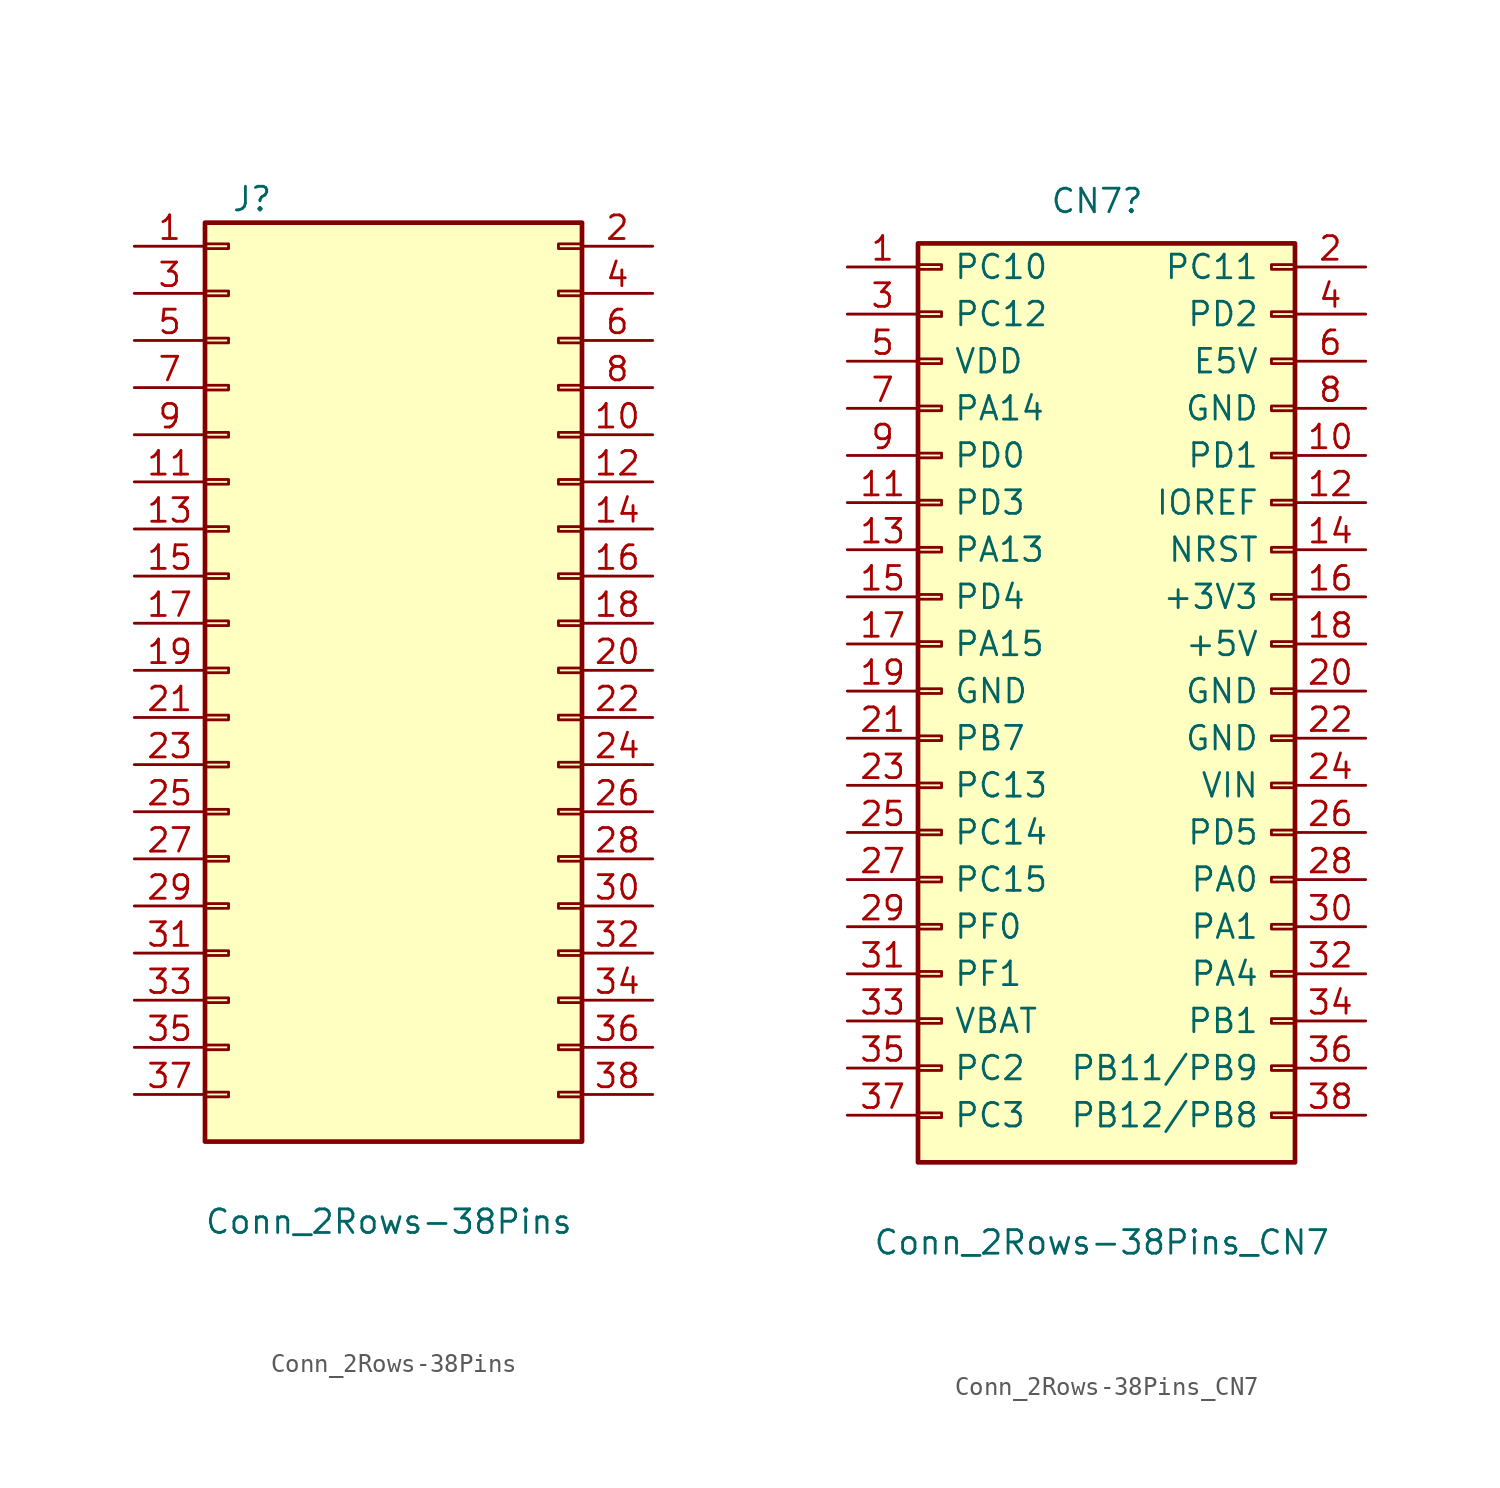
<source format=kicad_sym>
(kicad_symbol_lib
  (version 20231120)
  (generator "kicad_symbol_editor")
  (generator_version "8.0")
  (symbol "Conn_2Rows-38Pins"
    (pin_names
      (offset 1.016) hide)
    (property "Reference" "J"
      (at 1.27 25.4 0)
      (effects (font (size 1.27 1.27))))
    (property "Value" "Conn_2Rows-38Pins"
      (at 8.636 -29.718 0)
      (effects (font (size 1.27 1.27))))
    (symbol "Conn_2Rows-38Pins_1_1"
      (rectangle (start -1.27 -22.733) (end 0 -22.987) (stroke (width 0.152) (type default)) (fill (type none)))
      (rectangle (start -1.27 -20.193) (end 0 -20.447) (stroke (width 0.152) (type default)) (fill (type none)))
      (rectangle (start -1.27 -17.653) (end 0 -17.907) (stroke (width 0.152) (type default)) (fill (type none)))
      (rectangle (start -1.27 -15.113) (end 0 -15.367) (stroke (width 0.152) (type default)) (fill (type none)))
      (rectangle (start -1.27 -12.573) (end 0 -12.827) (stroke (width 0.152) (type default)) (fill (type none)))
      (rectangle (start -1.27 -10.033) (end 0 -10.287) (stroke (width 0.152) (type default)) (fill (type none)))
      (rectangle (start -1.27 -7.493) (end 0 -7.747) (stroke (width 0.152) (type default)) (fill (type none)))
      (rectangle (start -1.27 -4.953) (end 0 -5.207) (stroke (width 0.152) (type default)) (fill (type none)))
      (rectangle (start -1.27 -2.413) (end 0 -2.667) (stroke (width 0.152) (type default)) (fill (type none)))
      (rectangle (start -1.27 0.127) (end 0 -0.127) (stroke (width 0.152) (type default)) (fill (type none)))
      (rectangle (start -1.27 2.667) (end 0 2.413) (stroke (width 0.152) (type default)) (fill (type none)))
      (rectangle (start -1.27 5.207) (end 0 4.953) (stroke (width 0.152) (type default)) (fill (type none)))
      (rectangle (start -1.27 7.747) (end 0 7.493) (stroke (width 0.152) (type default)) (fill (type none)))
      (rectangle (start -1.27 10.287) (end 0 10.033) (stroke (width 0.152) (type default)) (fill (type none)))
      (rectangle (start -1.27 12.827) (end 0 12.573) (stroke (width 0.152) (type default)) (fill (type none)))
      (rectangle (start -1.27 15.367) (end 0 15.113) (stroke (width 0.152) (type default)) (fill (type none)))
      (rectangle (start -1.27 17.907) (end 0 17.653) (stroke (width 0.152) (type default)) (fill (type none)))
      (rectangle (start -1.27 20.447) (end 0 20.193) (stroke (width 0.152) (type default)) (fill (type none)))
      (rectangle (start -1.27 22.987) (end 0 22.733) (stroke (width 0.152) (type default)) (fill (type none)))
      (rectangle (start -1.27 24.13) (end 19.05 -25.4) (stroke (width 0.254) (type default)) (fill (type background)))
      (rectangle (start 19.05 -22.733) (end 17.78 -22.987) (stroke (width 0.152) (type default)) (fill (type none)))
      (rectangle (start 19.05 -20.193) (end 17.78 -20.447) (stroke (width 0.152) (type default)) (fill (type none)))
      (rectangle (start 19.05 -17.653) (end 17.78 -17.907) (stroke (width 0.152) (type default)) (fill (type none)))
      (rectangle (start 19.05 -15.113) (end 17.78 -15.367) (stroke (width 0.152) (type default)) (fill (type none)))
      (rectangle (start 19.05 -12.573) (end 17.78 -12.827) (stroke (width 0.152) (type default)) (fill (type none)))
      (rectangle (start 19.05 -10.033) (end 17.78 -10.287) (stroke (width 0.152) (type default)) (fill (type none)))
      (rectangle (start 19.05 -7.493) (end 17.78 -7.747) (stroke (width 0.152) (type default)) (fill (type none)))
      (rectangle (start 19.05 -4.953) (end 17.78 -5.207) (stroke (width 0.152) (type default)) (fill (type none)))
      (rectangle (start 19.05 -2.413) (end 17.78 -2.667) (stroke (width 0.152) (type default)) (fill (type none)))
      (rectangle (start 19.05 0.127) (end 17.78 -0.127) (stroke (width 0.152) (type default)) (fill (type none)))
      (rectangle (start 19.05 2.667) (end 17.78 2.413) (stroke (width 0.152) (type default)) (fill (type none)))
      (rectangle (start 19.05 5.207) (end 17.78 4.953) (stroke (width 0.152) (type default)) (fill (type none)))
      (rectangle (start 19.05 7.747) (end 17.78 7.493) (stroke (width 0.152) (type default)) (fill (type none)))
      (rectangle (start 19.05 10.287) (end 17.78 10.033) (stroke (width 0.152) (type default)) (fill (type none)))
      (rectangle (start 19.05 12.827) (end 17.78 12.573) (stroke (width 0.152) (type default)) (fill (type none)))
      (rectangle (start 19.05 15.367) (end 17.78 15.113) (stroke (width 0.152) (type default)) (fill (type none)))
      (rectangle (start 19.05 17.907) (end 17.78 17.653) (stroke (width 0.152) (type default)) (fill (type none)))
      (rectangle (start 19.05 20.447) (end 17.78 20.193) (stroke (width 0.152) (type default)) (fill (type none)))
      (rectangle (start 19.05 22.987) (end 17.78 22.733) (stroke (width 0.152) (type default)) (fill (type none)))
      (pin passive line (at -5.08 22.86 0) (length 3.81) (name "Pin_1" (effects (font (size 1.27 1.27)))) (number "1" (effects (font (size 1.27 1.27)))))
      (pin passive line (at 22.86 12.7 180) (length 3.81) (name "Pin_10" (effects (font (size 1.27 1.27)))) (number "10" (effects (font (size 1.27 1.27)))))
      (pin passive line (at -5.08 10.16 0) (length 3.81) (name "Pin_11" (effects (font (size 1.27 1.27)))) (number "11" (effects (font (size 1.27 1.27)))))
      (pin passive line (at 22.86 10.16 180) (length 3.81) (name "Pin_12" (effects (font (size 1.27 1.27)))) (number "12" (effects (font (size 1.27 1.27)))))
      (pin passive line (at -5.08 7.62 0) (length 3.81) (name "Pin_13" (effects (font (size 1.27 1.27)))) (number "13" (effects (font (size 1.27 1.27)))))
      (pin passive line (at 22.86 7.62 180) (length 3.81) (name "Pin_14" (effects (font (size 1.27 1.27)))) (number "14" (effects (font (size 1.27 1.27)))))
      (pin passive line (at -5.08 5.08 0) (length 3.81) (name "Pin_15" (effects (font (size 1.27 1.27)))) (number "15" (effects (font (size 1.27 1.27)))))
      (pin passive line (at 22.86 5.08 180) (length 3.81) (name "Pin_16" (effects (font (size 1.27 1.27)))) (number "16" (effects (font (size 1.27 1.27)))))
      (pin passive line (at -5.08 2.54 0) (length 3.81) (name "Pin_17" (effects (font (size 1.27 1.27)))) (number "17" (effects (font (size 1.27 1.27)))))
      (pin passive line (at 22.86 2.54 180) (length 3.81) (name "Pin_18" (effects (font (size 1.27 1.27)))) (number "18" (effects (font (size 1.27 1.27)))))
      (pin passive line (at -5.08 0 0) (length 3.81) (name "Pin_19" (effects (font (size 1.27 1.27)))) (number "19" (effects (font (size 1.27 1.27)))))
      (pin passive line (at 22.86 22.86 180) (length 3.81) (name "Pin_2" (effects (font (size 1.27 1.27)))) (number "2" (effects (font (size 1.27 1.27)))))
      (pin passive line (at 22.86 0 180) (length 3.81) (name "Pin_20" (effects (font (size 1.27 1.27)))) (number "20" (effects (font (size 1.27 1.27)))))
      (pin passive line (at -5.08 -2.54 0) (length 3.81) (name "Pin_21" (effects (font (size 1.27 1.27)))) (number "21" (effects (font (size 1.27 1.27)))))
      (pin passive line (at 22.86 -2.54 180) (length 3.81) (name "Pin_22" (effects (font (size 1.27 1.27)))) (number "22" (effects (font (size 1.27 1.27)))))
      (pin passive line (at -5.08 -5.08 0) (length 3.81) (name "Pin_23" (effects (font (size 1.27 1.27)))) (number "23" (effects (font (size 1.27 1.27)))))
      (pin passive line (at 22.86 -5.08 180) (length 3.81) (name "Pin_24" (effects (font (size 1.27 1.27)))) (number "24" (effects (font (size 1.27 1.27)))))
      (pin passive line (at -5.08 -7.62 0) (length 3.81) (name "Pin_25" (effects (font (size 1.27 1.27)))) (number "25" (effects (font (size 1.27 1.27)))))
      (pin passive line (at 22.86 -7.62 180) (length 3.81) (name "Pin_26" (effects (font (size 1.27 1.27)))) (number "26" (effects (font (size 1.27 1.27)))))
      (pin passive line (at -5.08 -10.16 0) (length 3.81) (name "Pin_27" (effects (font (size 1.27 1.27)))) (number "27" (effects (font (size 1.27 1.27)))))
      (pin passive line (at 22.86 -10.16 180) (length 3.81) (name "Pin_28" (effects (font (size 1.27 1.27)))) (number "28" (effects (font (size 1.27 1.27)))))
      (pin passive line (at -5.08 -12.7 0) (length 3.81) (name "Pin_29" (effects (font (size 1.27 1.27)))) (number "29" (effects (font (size 1.27 1.27)))))
      (pin passive line (at -5.08 20.32 0) (length 3.81) (name "Pin_3" (effects (font (size 1.27 1.27)))) (number "3" (effects (font (size 1.27 1.27)))))
      (pin passive line (at 22.86 -12.7 180) (length 3.81) (name "Pin_30" (effects (font (size 1.27 1.27)))) (number "30" (effects (font (size 1.27 1.27)))))
      (pin passive line (at -5.08 -15.24 0) (length 3.81) (name "Pin_31" (effects (font (size 1.27 1.27)))) (number "31" (effects (font (size 1.27 1.27)))))
      (pin passive line (at 22.86 -15.24 180) (length 3.81) (name "Pin_32" (effects (font (size 1.27 1.27)))) (number "32" (effects (font (size 1.27 1.27)))))
      (pin passive line (at -5.08 -17.78 0) (length 3.81) (name "Pin_33" (effects (font (size 1.27 1.27)))) (number "33" (effects (font (size 1.27 1.27)))))
      (pin passive line (at 22.86 -17.78 180) (length 3.81) (name "Pin_34" (effects (font (size 1.27 1.27)))) (number "34" (effects (font (size 1.27 1.27)))))
      (pin passive line (at -5.08 -20.32 0) (length 3.81) (name "Pin_35" (effects (font (size 1.27 1.27)))) (number "35" (effects (font (size 1.27 1.27)))))
      (pin passive line (at 22.86 -20.32 180) (length 3.81) (name "Pin_36" (effects (font (size 1.27 1.27)))) (number "36" (effects (font (size 1.27 1.27)))))
      (pin passive line (at -5.08 -22.86 0) (length 3.81) (name "Pin_37" (effects (font (size 1.27 1.27)))) (number "37" (effects (font (size 1.27 1.27)))))
      (pin passive line (at 22.86 -22.86 180) (length 3.81) (name "Pin_38" (effects (font (size 1.27 1.27)))) (number "38" (effects (font (size 1.27 1.27)))))
      (pin passive line (at 22.86 20.32 180) (length 3.81) (name "Pin_4" (effects (font (size 1.27 1.27)))) (number "4" (effects (font (size 1.27 1.27)))))
      (pin passive line (at -5.08 17.78 0) (length 3.81) (name "Pin_5" (effects (font (size 1.27 1.27)))) (number "5" (effects (font (size 1.27 1.27)))))
      (pin passive line (at 22.86 17.78 180) (length 3.81) (name "Pin_6" (effects (font (size 1.27 1.27)))) (number "6" (effects (font (size 1.27 1.27)))))
      (pin passive line (at -5.08 15.24 0) (length 3.81) (name "Pin_7" (effects (font (size 1.27 1.27)))) (number "7" (effects (font (size 1.27 1.27)))))
      (pin passive line (at 22.86 15.24 180) (length 3.81) (name "Pin_8" (effects (font (size 1.27 1.27)))) (number "8" (effects (font (size 1.27 1.27)))))
      (pin passive line (at -5.08 12.7 0) (length 3.81) (name "Pin_9" (effects (font (size 1.27 1.27)))) (number "9" (effects (font (size 1.27 1.27)))))))
  (symbol "Conn_2Rows-38Pins_CN7"
    (pin_names
      (offset 1.905))
    (property "Reference" "CN7"
      (at 8.382 26.416 0)
      (effects (font (size 1.27 1.27))))
    (property "Value" "Conn_2Rows-38Pins_CN7"
      (at 8.636 -29.718 0)
      (effects (font (size 1.27 1.27))))
    (symbol "Conn_2Rows-38Pins_CN7_1_1"
      (rectangle (start -1.27 -22.733) (end 0 -22.987) (stroke (width 0.152) (type default)) (fill (type none)))
      (rectangle (start -1.27 -20.193) (end 0 -20.447) (stroke (width 0.152) (type default)) (fill (type none)))
      (rectangle (start -1.27 -17.653) (end 0 -17.907) (stroke (width 0.152) (type default)) (fill (type none)))
      (rectangle (start -1.27 -15.113) (end 0 -15.367) (stroke (width 0.152) (type default)) (fill (type none)))
      (rectangle (start -1.27 -12.573) (end 0 -12.827) (stroke (width 0.152) (type default)) (fill (type none)))
      (rectangle (start -1.27 -10.033) (end 0 -10.287) (stroke (width 0.152) (type default)) (fill (type none)))
      (rectangle (start -1.27 -7.493) (end 0 -7.747) (stroke (width 0.152) (type default)) (fill (type none)))
      (rectangle (start -1.27 -4.953) (end 0 -5.207) (stroke (width 0.152) (type default)) (fill (type none)))
      (rectangle (start -1.27 -2.413) (end 0 -2.667) (stroke (width 0.152) (type default)) (fill (type none)))
      (rectangle (start -1.27 0.127) (end 0 -0.127) (stroke (width 0.152) (type default)) (fill (type none)))
      (rectangle (start -1.27 2.667) (end 0 2.413) (stroke (width 0.152) (type default)) (fill (type none)))
      (rectangle (start -1.27 5.207) (end 0 4.953) (stroke (width 0.152) (type default)) (fill (type none)))
      (rectangle (start -1.27 7.747) (end 0 7.493) (stroke (width 0.152) (type default)) (fill (type none)))
      (rectangle (start -1.27 10.287) (end 0 10.033) (stroke (width 0.152) (type default)) (fill (type none)))
      (rectangle (start -1.27 12.827) (end 0 12.573) (stroke (width 0.152) (type default)) (fill (type none)))
      (rectangle (start -1.27 15.367) (end 0 15.113) (stroke (width 0.152) (type default)) (fill (type none)))
      (rectangle (start -1.27 17.907) (end 0 17.653) (stroke (width 0.152) (type default)) (fill (type none)))
      (rectangle (start -1.27 20.447) (end 0 20.193) (stroke (width 0.152) (type default)) (fill (type none)))
      (rectangle (start -1.27 22.987) (end 0 22.733) (stroke (width 0.152) (type default)) (fill (type none)))
      (rectangle (start -1.27 24.13) (end 19.05 -25.4) (stroke (width 0.254) (type default)) (fill (type background)))
      (rectangle (start 19.05 -22.733) (end 17.78 -22.987) (stroke (width 0.152) (type default)) (fill (type none)))
      (rectangle (start 19.05 -20.193) (end 17.78 -20.447) (stroke (width 0.152) (type default)) (fill (type none)))
      (rectangle (start 19.05 -17.653) (end 17.78 -17.907) (stroke (width 0.152) (type default)) (fill (type none)))
      (rectangle (start 19.05 -15.113) (end 17.78 -15.367) (stroke (width 0.152) (type default)) (fill (type none)))
      (rectangle (start 19.05 -12.573) (end 17.78 -12.827) (stroke (width 0.152) (type default)) (fill (type none)))
      (rectangle (start 19.05 -10.033) (end 17.78 -10.287) (stroke (width 0.152) (type default)) (fill (type none)))
      (rectangle (start 19.05 -7.493) (end 17.78 -7.747) (stroke (width 0.152) (type default)) (fill (type none)))
      (rectangle (start 19.05 -4.953) (end 17.78 -5.207) (stroke (width 0.152) (type default)) (fill (type none)))
      (rectangle (start 19.05 -2.413) (end 17.78 -2.667) (stroke (width 0.152) (type default)) (fill (type none)))
      (rectangle (start 19.05 0.127) (end 17.78 -0.127) (stroke (width 0.152) (type default)) (fill (type none)))
      (rectangle (start 19.05 2.667) (end 17.78 2.413) (stroke (width 0.152) (type default)) (fill (type none)))
      (rectangle (start 19.05 5.207) (end 17.78 4.953) (stroke (width 0.152) (type default)) (fill (type none)))
      (rectangle (start 19.05 7.747) (end 17.78 7.493) (stroke (width 0.152) (type default)) (fill (type none)))
      (rectangle (start 19.05 10.287) (end 17.78 10.033) (stroke (width 0.152) (type default)) (fill (type none)))
      (rectangle (start 19.05 12.827) (end 17.78 12.573) (stroke (width 0.152) (type default)) (fill (type none)))
      (rectangle (start 19.05 15.367) (end 17.78 15.113) (stroke (width 0.152) (type default)) (fill (type none)))
      (rectangle (start 19.05 17.907) (end 17.78 17.653) (stroke (width 0.152) (type default)) (fill (type none)))
      (rectangle (start 19.05 20.447) (end 17.78 20.193) (stroke (width 0.152) (type default)) (fill (type none)))
      (rectangle (start 19.05 22.987) (end 17.78 22.733) (stroke (width 0.152) (type default)) (fill (type none)))
      (pin passive line (at -5.08 22.86 0) (length 3.81) (name "PC10" (effects (font (size 1.27 1.27)))) (number "1" (effects (font (size 1.27 1.27)))))
      (pin passive line (at 22.86 12.7 180) (length 3.81) (name "PD1" (effects (font (size 1.27 1.27)))) (number "10" (effects (font (size 1.27 1.27)))))
      (pin passive line (at -5.08 10.16 0) (length 3.81) (name "PD3" (effects (font (size 1.27 1.27)))) (number "11" (effects (font (size 1.27 1.27)))))
      (pin passive line (at 22.86 10.16 180) (length 3.81) (name "IOREF" (effects (font (size 1.27 1.27)))) (number "12" (effects (font (size 1.27 1.27)))))
      (pin passive line (at -5.08 7.62 0) (length 3.81) (name "PA13" (effects (font (size 1.27 1.27)))) (number "13" (effects (font (size 1.27 1.27)))))
      (pin passive line (at 22.86 7.62 180) (length 3.81) (name "NRST" (effects (font (size 1.27 1.27)))) (number "14" (effects (font (size 1.27 1.27)))))
      (pin passive line (at -5.08 5.08 0) (length 3.81) (name "PD4" (effects (font (size 1.27 1.27)))) (number "15" (effects (font (size 1.27 1.27)))))
      (pin passive line (at 22.86 5.08 180) (length 3.81) (name "+3V3" (effects (font (size 1.27 1.27)))) (number "16" (effects (font (size 1.27 1.27)))))
      (pin passive line (at -5.08 2.54 0) (length 3.81) (name "PA15" (effects (font (size 1.27 1.27)))) (number "17" (effects (font (size 1.27 1.27)))))
      (pin passive line (at 22.86 2.54 180) (length 3.81) (name "+5V" (effects (font (size 1.27 1.27)))) (number "18" (effects (font (size 1.27 1.27)))))
      (pin passive line (at -5.08 0 0) (length 3.81) (name "GND" (effects (font (size 1.27 1.27)))) (number "19" (effects (font (size 1.27 1.27)))))
      (pin passive line (at 22.86 22.86 180) (length 3.81) (name "PC11" (effects (font (size 1.27 1.27)))) (number "2" (effects (font (size 1.27 1.27)))))
      (pin passive line (at 22.86 0 180) (length 3.81) (name "GND" (effects (font (size 1.27 1.27)))) (number "20" (effects (font (size 1.27 1.27)))))
      (pin passive line (at -5.08 -2.54 0) (length 3.81) (name "PB7" (effects (font (size 1.27 1.27)))) (number "21" (effects (font (size 1.27 1.27)))))
      (pin passive line (at 22.86 -2.54 180) (length 3.81) (name "GND" (effects (font (size 1.27 1.27)))) (number "22" (effects (font (size 1.27 1.27)))))
      (pin passive line (at -5.08 -5.08 0) (length 3.81) (name "PC13" (effects (font (size 1.27 1.27)))) (number "23" (effects (font (size 1.27 1.27)))))
      (pin passive line (at 22.86 -5.08 180) (length 3.81) (name "VIN" (effects (font (size 1.27 1.27)))) (number "24" (effects (font (size 1.27 1.27)))))
      (pin passive line (at -5.08 -7.62 0) (length 3.81) (name "PC14" (effects (font (size 1.27 1.27)))) (number "25" (effects (font (size 1.27 1.27)))))
      (pin passive line (at 22.86 -7.62 180) (length 3.81) (name "PD5" (effects (font (size 1.27 1.27)))) (number "26" (effects (font (size 1.27 1.27)))))
      (pin passive line (at -5.08 -10.16 0) (length 3.81) (name "PC15" (effects (font (size 1.27 1.27)))) (number "27" (effects (font (size 1.27 1.27)))))
      (pin passive line (at 22.86 -10.16 180) (length 3.81) (name "PA0" (effects (font (size 1.27 1.27)))) (number "28" (effects (font (size 1.27 1.27)))))
      (pin passive line (at -5.08 -12.7 0) (length 3.81) (name "PF0" (effects (font (size 1.27 1.27)))) (number "29" (effects (font (size 1.27 1.27)))))
      (pin passive line (at -5.08 20.32 0) (length 3.81) (name "PC12" (effects (font (size 1.27 1.27)))) (number "3" (effects (font (size 1.27 1.27)))))
      (pin passive line (at 22.86 -12.7 180) (length 3.81) (name "PA1" (effects (font (size 1.27 1.27)))) (number "30" (effects (font (size 1.27 1.27)))))
      (pin passive line (at -5.08 -15.24 0) (length 3.81) (name "PF1" (effects (font (size 1.27 1.27)))) (number "31" (effects (font (size 1.27 1.27)))))
      (pin passive line (at 22.86 -15.24 180) (length 3.81) (name "PA4" (effects (font (size 1.27 1.27)))) (number "32" (effects (font (size 1.27 1.27)))))
      (pin passive line (at -5.08 -17.78 0) (length 3.81) (name "VBAT" (effects (font (size 1.27 1.27)))) (number "33" (effects (font (size 1.27 1.27)))))
      (pin passive line (at 22.86 -17.78 180) (length 3.81) (name "PB1" (effects (font (size 1.27 1.27)))) (number "34" (effects (font (size 1.27 1.27)))))
      (pin passive line (at -5.08 -20.32 0) (length 3.81) (name "PC2" (effects (font (size 1.27 1.27)))) (number "35" (effects (font (size 1.27 1.27)))))
      (pin passive line (at 22.86 -20.32 180) (length 3.81) (name "PB11/PB9" (effects (font (size 1.27 1.27)))) (number "36" (effects (font (size 1.27 1.27)))))
      (pin passive line (at -5.08 -22.86 0) (length 3.81) (name "PC3" (effects (font (size 1.27 1.27)))) (number "37" (effects (font (size 1.27 1.27)))))
      (pin passive line (at 22.86 -22.86 180) (length 3.81) (name "PB12/PB8" (effects (font (size 1.27 1.27)))) (number "38" (effects (font (size 1.27 1.27)))))
      (pin passive line (at 22.86 20.32 180) (length 3.81) (name "PD2" (effects (font (size 1.27 1.27)))) (number "4" (effects (font (size 1.27 1.27)))))
      (pin passive line (at -5.08 17.78 0) (length 3.81) (name "VDD" (effects (font (size 1.27 1.27)))) (number "5" (effects (font (size 1.27 1.27)))))
      (pin passive line (at 22.86 17.78 180) (length 3.81) (name "E5V" (effects (font (size 1.27 1.27)))) (number "6" (effects (font (size 1.27 1.27)))))
      (pin passive line (at -5.08 15.24 0) (length 3.81) (name "PA14" (effects (font (size 1.27 1.27)))) (number "7" (effects (font (size 1.27 1.27)))))
      (pin passive line (at 22.86 15.24 180) (length 3.81) (name "GND" (effects (font (size 1.27 1.27)))) (number "8" (effects (font (size 1.27 1.27)))))
      (pin passive line (at -5.08 12.7 0) (length 3.81) (name "PD0" (effects (font (size 1.27 1.27)))) (number "9" (effects (font (size 1.27 1.27))))))))
</source>
